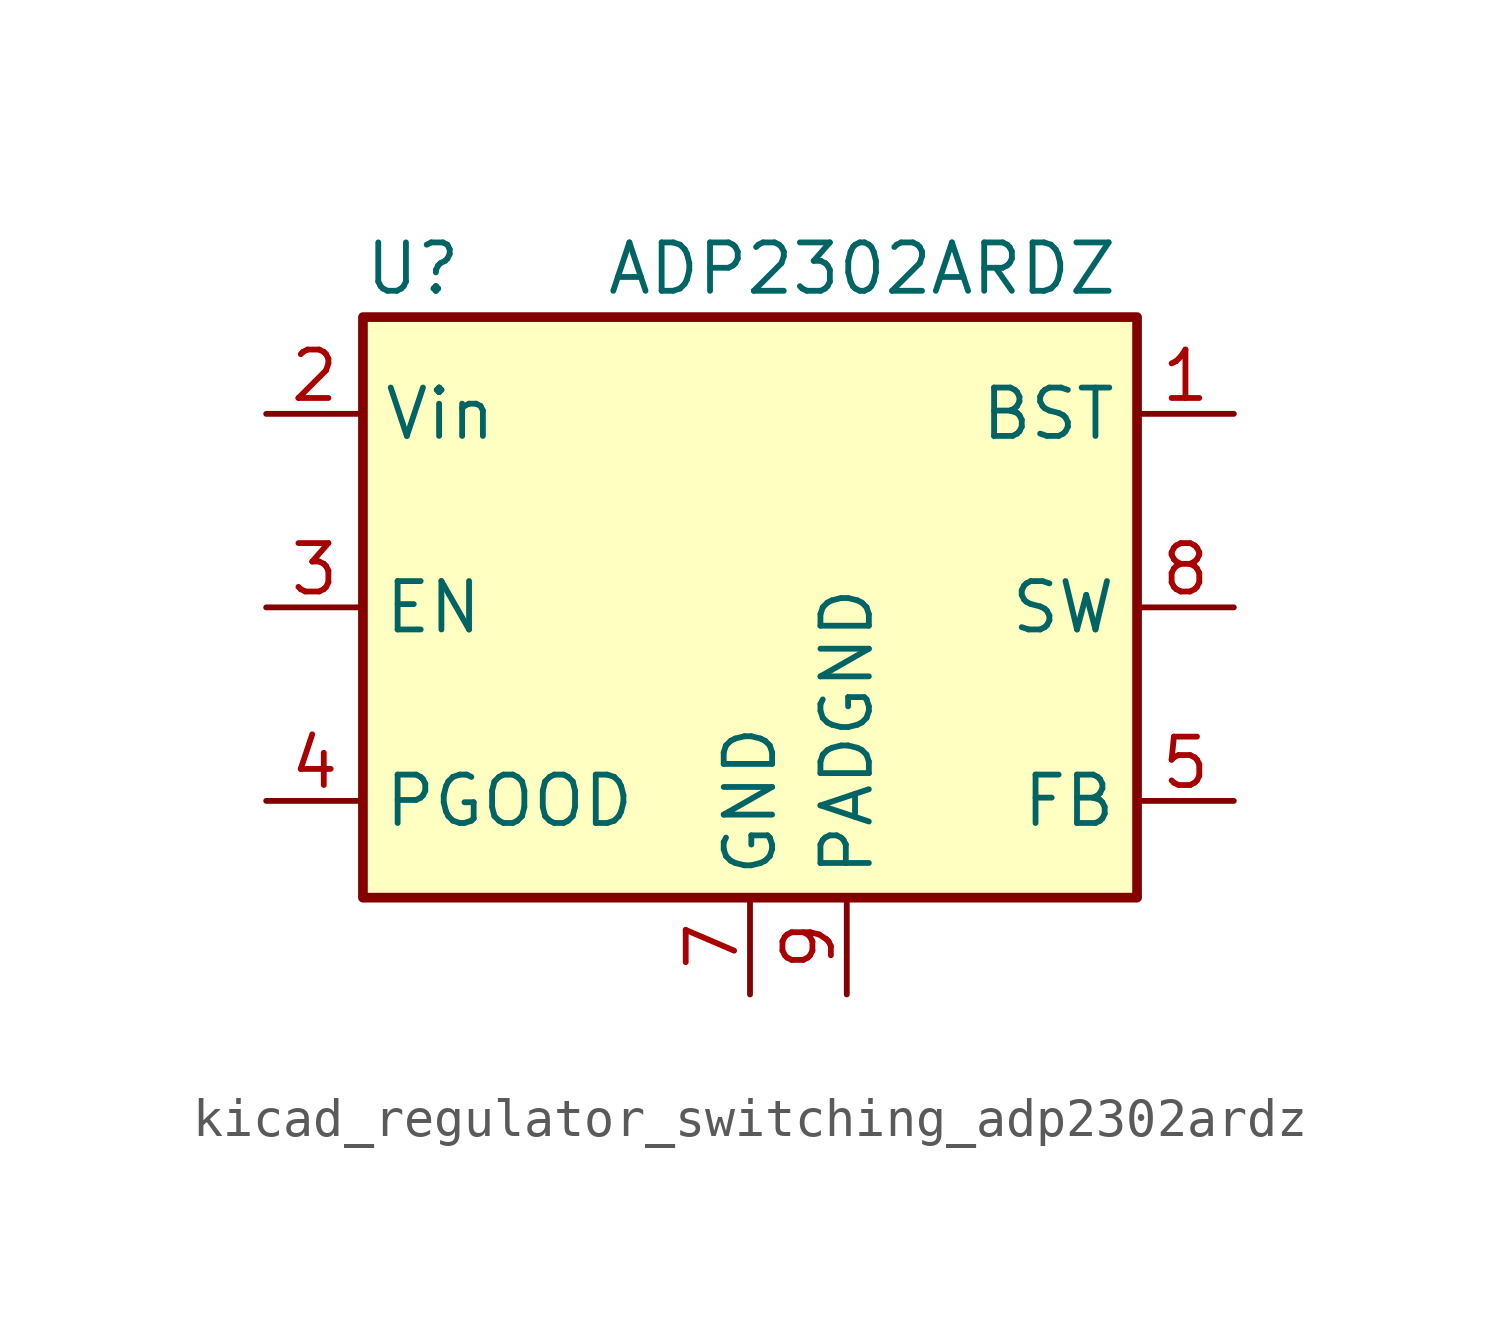
<source format=kicad_sym>
(kicad_symbol_lib
  (version 20220914)
  (generator kicad_symbol_editor)
  (symbol "kicad_regulator_switching_adp2302ardz"
    (property "Reference" "U"
      (at -10.16 8.89 0)
      (effects (font (size 1.27 1.27)) (justify left)))
    (property "Value" "ADP2302ARDZ"
      (at -3.81 8.89 0)
      (effects (font (size 1.27 1.27)) (justify left)))
    (symbol "kicad_regulator_switching_adp2302ardz_0_1"
      (rectangle (start -10.16 7.62) (end 10.16 -7.62) (stroke (width 0.254) (type default)) (fill (type background))))
    (symbol "kicad_regulator_switching_adp2302ardz_1_1"
      (pin input line (at 12.7 5.08 180) (length 2.54) (name "BST" (effects (font (size 1.27 1.27)))) (number "1" (effects (font (size 1.27 1.27)))))
      (pin power_in line (at -12.7 5.08 0) (length 2.54) (name "Vin" (effects (font (size 1.27 1.27)))) (number "2" (effects (font (size 1.27 1.27)))))
      (pin input line (at -12.7 0 0) (length 2.54) (name "EN" (effects (font (size 1.27 1.27)))) (number "3" (effects (font (size 1.27 1.27)))))
      (pin output line (at -12.7 -5.08 0) (length 2.54) (name "PGOOD" (effects (font (size 1.27 1.27)))) (number "4" (effects (font (size 1.27 1.27)))))
      (pin input line (at 12.7 -5.08 180) (length 2.54) (name "FB" (effects (font (size 1.27 1.27)))) (number "5" (effects (font (size 1.27 1.27)))))
      (pin no_connect line (at -10.16 2.54 0) (length 2.54) hide (name "NC" (effects (font (size 1.27 1.27)))) (number "6" (effects (font (size 1.27 1.27)))))
      (pin power_in line (at 0 -10.16 90) (length 2.54) (name "GND" (effects (font (size 1.27 1.27)))) (number "7" (effects (font (size 1.27 1.27)))))
      (pin power_out line (at 12.7 0 180) (length 2.54) (name "SW" (effects (font (size 1.27 1.27)))) (number "8" (effects (font (size 1.27 1.27)))))
      (pin power_in line (at 2.54 -10.16 90) (length 2.54) (name "PADGND" (effects (font (size 1.27 1.27)))) (number "9" (effects (font (size 1.27 1.27))))))))
</source>
